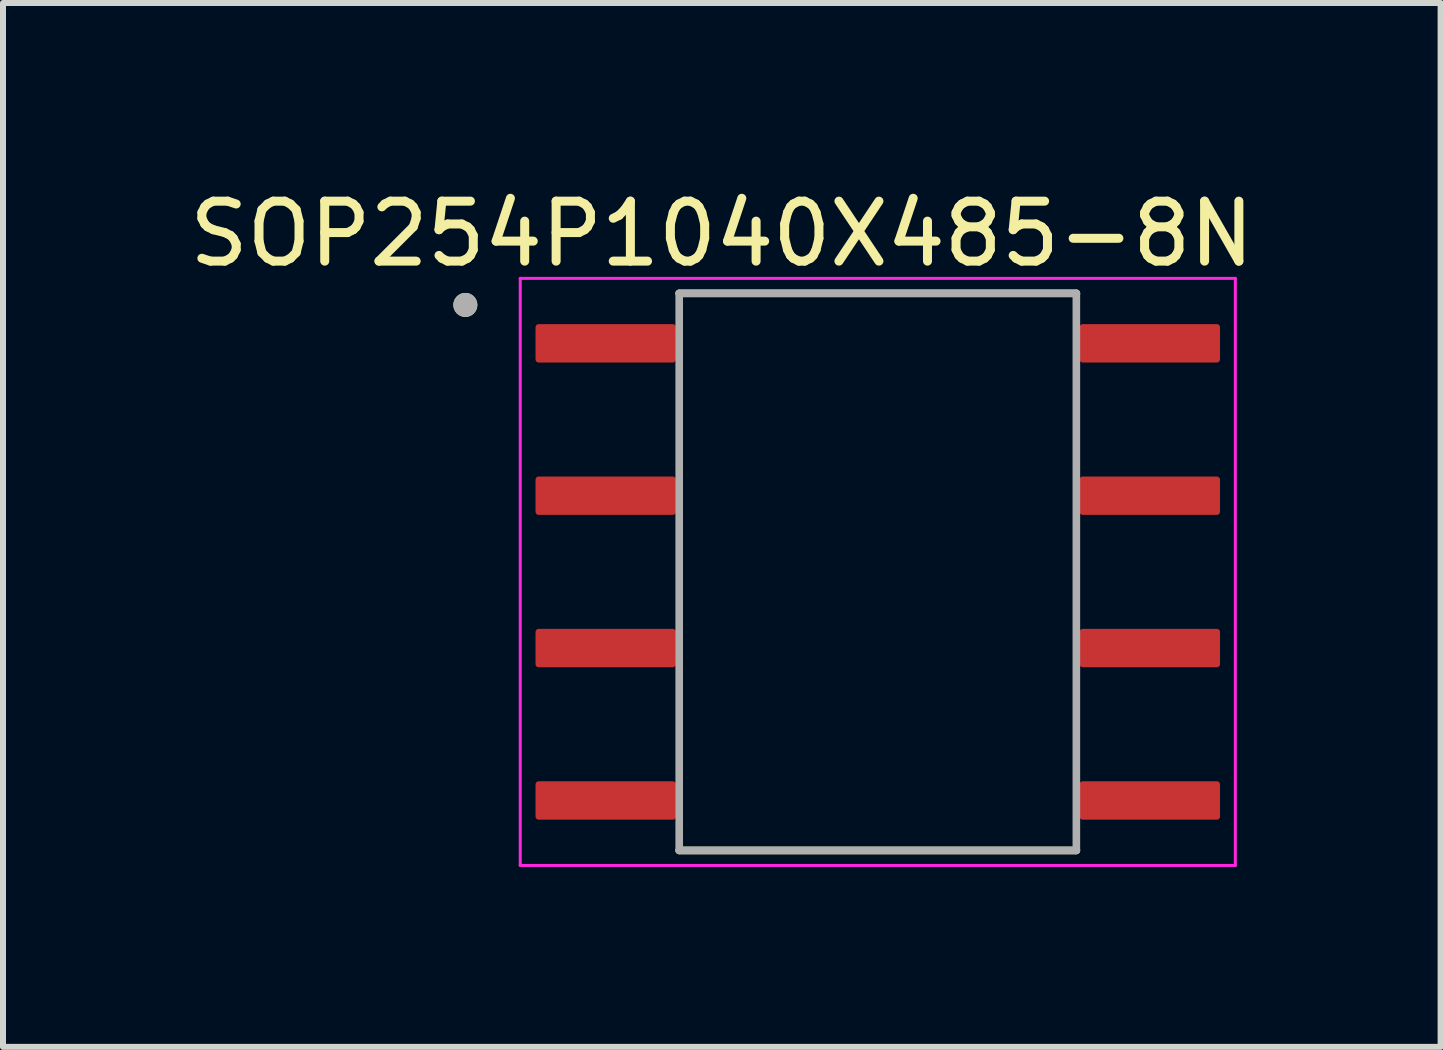
<source format=kicad_pcb>
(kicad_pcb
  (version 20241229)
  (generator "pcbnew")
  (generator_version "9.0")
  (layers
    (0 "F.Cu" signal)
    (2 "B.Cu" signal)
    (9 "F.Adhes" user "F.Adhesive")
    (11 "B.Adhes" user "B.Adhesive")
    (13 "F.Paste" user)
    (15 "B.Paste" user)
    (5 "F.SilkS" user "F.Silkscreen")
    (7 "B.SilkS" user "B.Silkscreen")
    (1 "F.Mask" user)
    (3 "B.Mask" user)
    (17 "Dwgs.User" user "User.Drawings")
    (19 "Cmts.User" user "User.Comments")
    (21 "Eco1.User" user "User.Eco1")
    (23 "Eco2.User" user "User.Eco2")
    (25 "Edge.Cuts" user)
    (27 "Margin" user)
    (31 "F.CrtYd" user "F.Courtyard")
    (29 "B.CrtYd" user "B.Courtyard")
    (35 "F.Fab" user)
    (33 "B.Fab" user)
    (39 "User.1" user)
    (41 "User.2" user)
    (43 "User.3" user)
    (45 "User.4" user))
  (footprint "SOP254P1040X485-8N"
    (layer "F.Cu")
    (at 11.582 6.483)
    (property "Reference" "SOP254P1040X485-8N" (at -2.6 -5.635 0) (layer "F.SilkS") (effects (font (size 1 1) (thickness 0.15))))
    (attr smd)
    (fp_line (start -3.31 -4.643) (end 3.31 -4.643) (stroke (width 0.127) (type solid)) (layer "F.SilkS"))
    (fp_line (start -3.31 4.643) (end 3.31 4.643) (stroke (width 0.127) (type solid)) (layer "F.SilkS"))
    (fp_circle (center -6.875 -4.45) (end -6.775 -4.45) (stroke (width 0.2) (type solid)) (fill no) (layer "F.SilkS"))
    (fp_line (start -5.96 -4.893) (end -5.96 4.893) (stroke (width 0.05) (type solid)) (layer "F.CrtYd"))
    (fp_line (start -5.96 -4.893) (end 5.96 -4.893) (stroke (width 0.05) (type solid)) (layer "F.CrtYd"))
    (fp_line (start -5.96 4.893) (end 5.96 4.893) (stroke (width 0.05) (type solid)) (layer "F.CrtYd"))
    (fp_line (start 5.96 -4.893) (end 5.96 4.893) (stroke (width 0.05) (type solid)) (layer "F.CrtYd"))
    (fp_line (start -3.31 -4.643) (end -3.31 4.643) (stroke (width 0.127) (type solid)) (layer "F.Fab"))
    (fp_line (start -3.31 -4.643) (end 3.31 -4.643) (stroke (width 0.127) (type solid)) (layer "F.Fab"))
    (fp_line (start -3.31 4.643) (end 3.31 4.643) (stroke (width 0.127) (type solid)) (layer "F.Fab"))
    (fp_line (start 3.31 -4.643) (end 3.31 4.643) (stroke (width 0.127) (type solid)) (layer "F.Fab"))
    (fp_circle (center -6.875 -4.45) (end -6.775 -4.45) (stroke (width 0.2) (type solid)) (fill no) (layer "F.Fab"))
    (pad "1" smd roundrect (at -4.535 -3.81) (size 2.34 0.64) (layers "F.Cu" "F.Mask" "F.Paste") (roundrect_rratio 0.08))
    (pad "2" smd roundrect (at -4.535 -1.27) (size 2.34 0.64) (layers "F.Cu" "F.Mask" "F.Paste") (roundrect_rratio 0.08))
    (pad "3" smd roundrect (at -4.535 1.27) (size 2.34 0.64) (layers "F.Cu" "F.Mask" "F.Paste") (roundrect_rratio 0.08))
    (pad "4" smd roundrect (at -4.535 3.81) (size 2.34 0.64) (layers "F.Cu" "F.Mask" "F.Paste") (roundrect_rratio 0.08))
    (pad "5" smd roundrect (at 4.535 3.81) (size 2.34 0.64) (layers "F.Cu" "F.Mask" "F.Paste") (roundrect_rratio 0.08))
    (pad "6" smd roundrect (at 4.535 1.27) (size 2.34 0.64) (layers "F.Cu" "F.Mask" "F.Paste") (roundrect_rratio 0.08))
    (pad "7" smd roundrect (at 4.535 -1.27) (size 2.34 0.64) (layers "F.Cu" "F.Mask" "F.Paste") (roundrect_rratio 0.08))
    (pad "8" smd roundrect (at 4.535 -3.81) (size 2.34 0.64) (layers "F.Cu" "F.Mask" "F.Paste") (roundrect_rratio 0.08)))
  (gr_rect
    (start -3 -3)
    (end 20.964 14.401)
    (stroke (width 0.1) (type default))
    (fill no)
    (layer "Edge.Cuts")))
</source>
